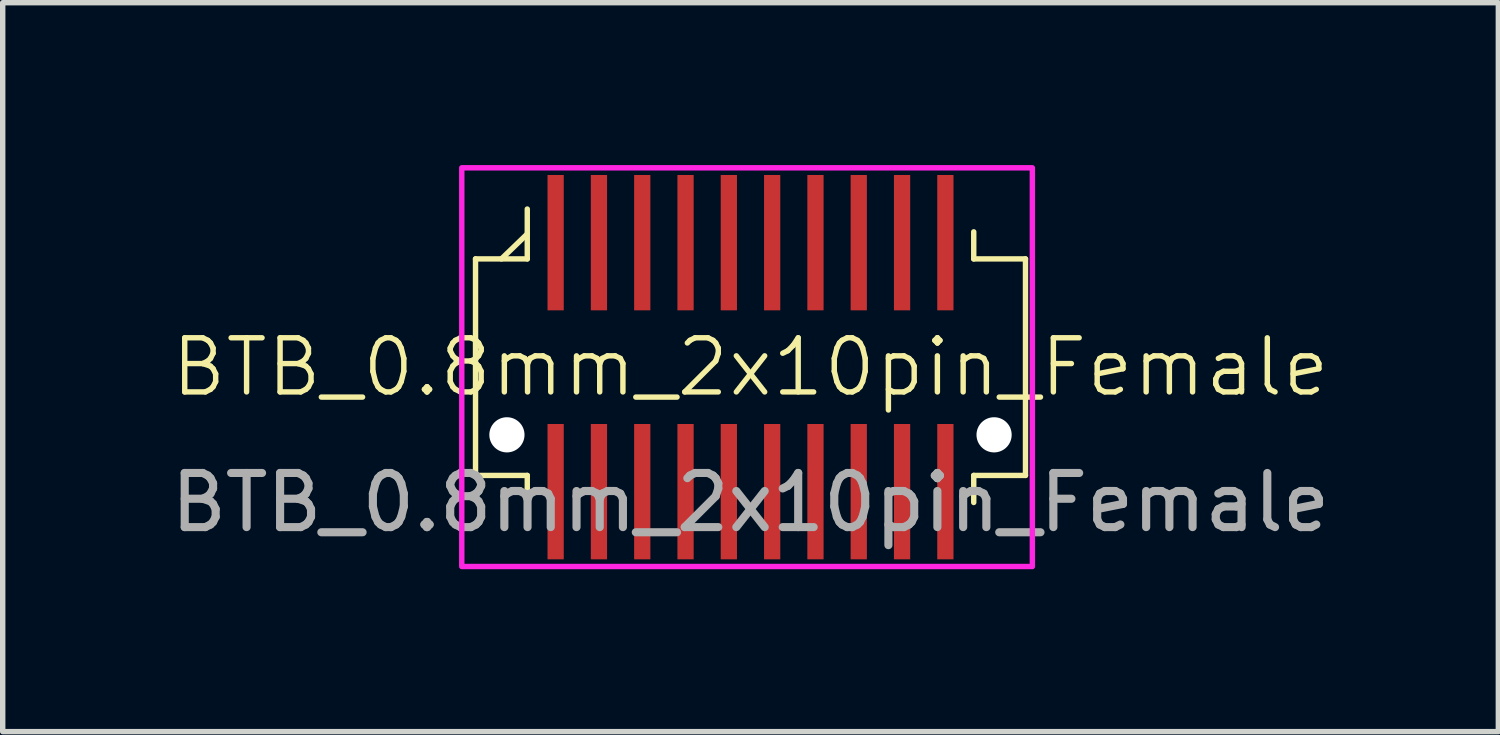
<source format=kicad_pcb>
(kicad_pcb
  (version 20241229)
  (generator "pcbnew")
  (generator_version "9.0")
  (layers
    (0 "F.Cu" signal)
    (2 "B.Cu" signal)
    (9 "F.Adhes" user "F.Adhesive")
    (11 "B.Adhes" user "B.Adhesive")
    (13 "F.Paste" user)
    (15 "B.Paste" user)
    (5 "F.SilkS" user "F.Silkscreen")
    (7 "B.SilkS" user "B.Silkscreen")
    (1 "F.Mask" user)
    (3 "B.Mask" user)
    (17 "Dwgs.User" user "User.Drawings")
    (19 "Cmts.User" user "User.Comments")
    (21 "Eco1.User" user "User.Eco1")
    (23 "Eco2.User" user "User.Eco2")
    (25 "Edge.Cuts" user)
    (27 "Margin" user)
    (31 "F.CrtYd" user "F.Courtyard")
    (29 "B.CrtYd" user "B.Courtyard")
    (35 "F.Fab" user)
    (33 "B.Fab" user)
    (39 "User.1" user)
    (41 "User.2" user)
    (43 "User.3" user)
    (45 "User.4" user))
  (footprint "BTB_0.8mm_2x10pin_Female"
    (layer "F.Cu")
    (at 10.815 3.733)
    (property "Reference" "BTB_0.8mm_2x10pin_Female" (at 0 0 0) (unlocked yes) (layer "F.SilkS") (effects (font (size 1 1) (thickness 0.1))))
    (attr smd)
    (fp_line (start -5.08 -2) (end -4.124 -2) (stroke (width 0.1) (type default)) (layer "F.SilkS"))
    (fp_line (start -5.08 2) (end -5.08 -2) (stroke (width 0.1) (type default)) (layer "F.SilkS"))
    (fp_line (start -4.124 -2.461) (end -4.602 -2) (stroke (width 0.1) (type default)) (layer "F.SilkS"))
    (fp_line (start -4.124 -2) (end -4.124 -2.921) (stroke (width 0.1) (type default)) (layer "F.SilkS"))
    (fp_line (start -4.124 2) (end -5.08 2) (stroke (width 0.1) (type default)) (layer "F.SilkS"))
    (fp_line (start -4.124 2) (end -4.124 2.5) (stroke (width 0.1) (type default)) (layer "F.SilkS"))
    (fp_line (start 4.124 -2) (end 4.124 -2.5) (stroke (width 0.1) (type default)) (layer "F.SilkS"))
    (fp_line (start 4.124 -2) (end 5.08 -2) (stroke (width 0.1) (type default)) (layer "F.SilkS"))
    (fp_line (start 4.124 2) (end 4.124 2.5) (stroke (width 0.1) (type default)) (layer "F.SilkS"))
    (fp_line (start 4.124 2) (end 5.08 2) (stroke (width 0.1) (type default)) (layer "F.SilkS"))
    (fp_line (start 5.08 -2) (end 5.08 2) (stroke (width 0.1) (type default)) (layer "F.SilkS"))
    (fp_rect (start -5.334 -3.683) (end 5.207 3.683) (stroke (width 0.1) (type default)) (fill no) (layer "F.CrtYd"))
    (fp_text user "${REFERENCE}" (at 0 2.5 0) (unlocked yes) (layer "F.Fab") (effects (font (size 1 1) (thickness 0.15))))
    (pad "" np_thru_hole circle (at -4.5 1.25) (size 0.65 0.65) (drill 0.65) (layers "*.Cu" "*.Mask"))
    (pad "" np_thru_hole circle (at 4.5 1.25) (size 0.65 0.65) (drill 0.65) (layers "*.Cu" "*.Mask"))
    (pad "1" smd rect (at -3.6 -2.3) (size 0.3 2.5) (layers "F.Cu" "F.Mask" "F.Paste"))
    (pad "2" smd rect (at -2.8 -2.3) (size 0.3 2.5) (layers "F.Cu" "F.Mask" "F.Paste"))
    (pad "3" smd rect (at -2 -2.3) (size 0.3 2.5) (layers "F.Cu" "F.Mask" "F.Paste"))
    (pad "4" smd rect (at -1.2 -2.3) (size 0.3 2.5) (layers "F.Cu" "F.Mask" "F.Paste"))
    (pad "5" smd rect (at -0.4 -2.3) (size 0.3 2.5) (layers "F.Cu" "F.Mask" "F.Paste"))
    (pad "6" smd rect (at 0.4 -2.3) (size 0.3 2.5) (layers "F.Cu" "F.Mask" "F.Paste"))
    (pad "7" smd rect (at 1.2 -2.3) (size 0.3 2.5) (layers "F.Cu" "F.Mask" "F.Paste"))
    (pad "8" smd rect (at 2 -2.3) (size 0.3 2.5) (layers "F.Cu" "F.Mask" "F.Paste"))
    (pad "9" smd rect (at 2.8 -2.3) (size 0.3 2.5) (layers "F.Cu" "F.Mask" "F.Paste"))
    (pad "10" smd rect (at 3.6 -2.3) (size 0.3 2.5) (layers "F.Cu" "F.Mask" "F.Paste"))
    (pad "11" smd rect (at 3.6 2.3) (size 0.3 2.5) (layers "F.Cu" "F.Mask" "F.Paste"))
    (pad "12" smd rect (at 2.8 2.3) (size 0.3 2.5) (layers "F.Cu" "F.Mask" "F.Paste"))
    (pad "13" smd rect (at 2 2.3) (size 0.3 2.5) (layers "F.Cu" "F.Mask" "F.Paste"))
    (pad "14" smd rect (at 1.2 2.3) (size 0.3 2.5) (layers "F.Cu" "F.Mask" "F.Paste"))
    (pad "15" smd rect (at 0.4 2.3) (size 0.3 2.5) (layers "F.Cu" "F.Mask" "F.Paste"))
    (pad "16" smd rect (at -0.4 2.3) (size 0.3 2.5) (layers "F.Cu" "F.Mask" "F.Paste"))
    (pad "17" smd rect (at -1.2 2.3) (size 0.3 2.5) (layers "F.Cu" "F.Mask" "F.Paste"))
    (pad "18" smd rect (at -2 2.3) (size 0.3 2.5) (layers "F.Cu" "F.Mask" "F.Paste"))
    (pad "19" smd rect (at -2.8 2.3) (size 0.3 2.5) (layers "F.Cu" "F.Mask" "F.Paste"))
    (pad "20" smd rect (at -3.6 2.3) (size 0.3 2.5) (layers "F.Cu" "F.Mask" "F.Paste")))
  (gr_rect
    (start -3 -3)
    (end 24.631 10.466)
    (stroke (width 0.1) (type default))
    (fill no)
    (layer "Edge.Cuts")))
</source>
